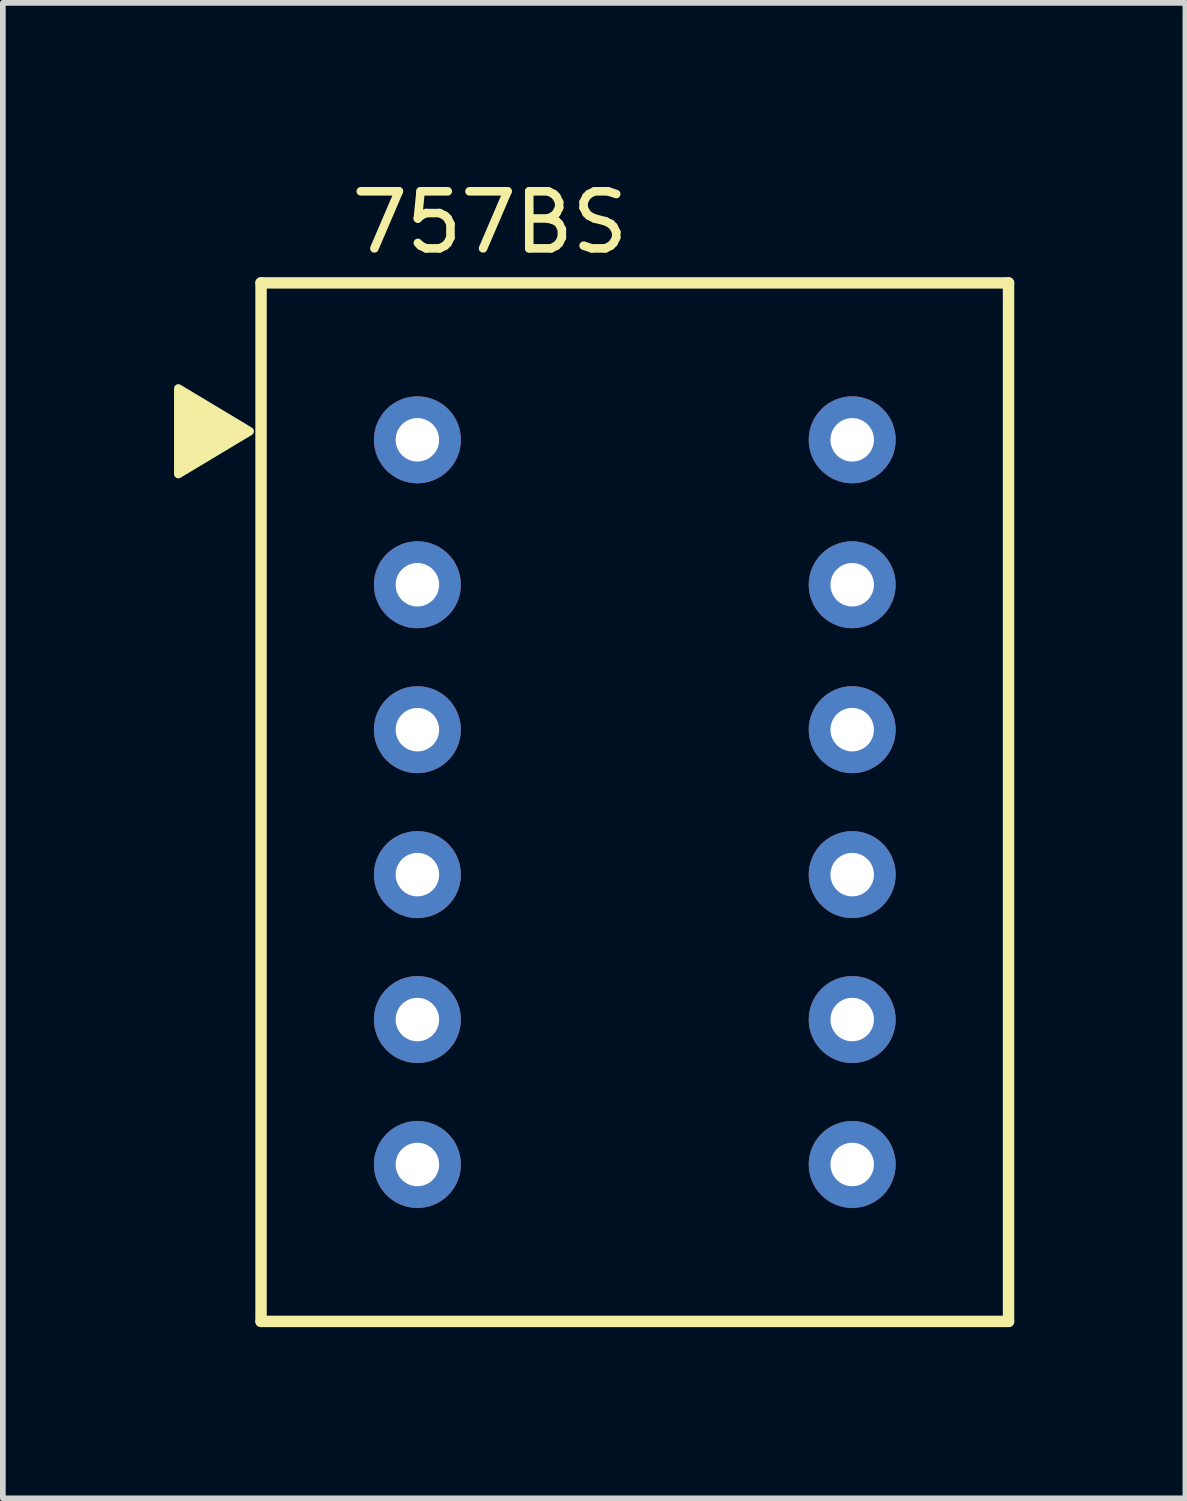
<source format=kicad_pcb>
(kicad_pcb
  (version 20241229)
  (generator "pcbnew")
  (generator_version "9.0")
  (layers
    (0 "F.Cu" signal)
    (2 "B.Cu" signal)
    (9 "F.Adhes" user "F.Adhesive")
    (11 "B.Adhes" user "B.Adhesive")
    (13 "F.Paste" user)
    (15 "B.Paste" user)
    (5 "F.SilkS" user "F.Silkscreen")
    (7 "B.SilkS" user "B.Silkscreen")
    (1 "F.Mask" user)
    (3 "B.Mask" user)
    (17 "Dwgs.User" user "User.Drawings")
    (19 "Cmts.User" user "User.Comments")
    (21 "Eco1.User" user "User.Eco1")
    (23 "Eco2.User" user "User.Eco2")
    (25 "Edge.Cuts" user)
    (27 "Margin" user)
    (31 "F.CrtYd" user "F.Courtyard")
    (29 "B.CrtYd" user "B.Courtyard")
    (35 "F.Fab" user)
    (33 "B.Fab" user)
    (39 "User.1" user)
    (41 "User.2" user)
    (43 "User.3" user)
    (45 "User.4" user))
  (footprint "757BS"
    (layer "F.Cu")
    (at 8.075 11.008)
    (property "Reference" "757BS" (at -2.54 -10.16 0) (layer "F.SilkS") (effects (font (size 1 1) (thickness 0.15))))
    (attr through_hole)
    (fp_line (start -6.55 -9.1) (end -6.55 9.1) (stroke (width 0.2) (type solid)) (layer "F.SilkS"))
    (fp_line (start -6.55 -9.1) (end 6.55 -9.1) (stroke (width 0.2) (type solid)) (layer "F.SilkS"))
    (fp_line (start 6.55 -9.1) (end 6.55 9.1) (stroke (width 0.2) (type solid)) (layer "F.SilkS"))
    (fp_line (start 6.55 9.1) (end -6.55 9.1) (stroke (width 0.2) (type solid)) (layer "F.SilkS"))
    (fp_poly (pts (xy -8 -5.75) (xy -6.75 -6.5) (xy -8 -7.25)) (stroke (width 0.15) (type solid)) (fill yes) (layer "F.SilkS"))
    (pad "1" thru_hole circle (at -3.81 -6.35) (size 1.524 1.524) (drill 0.762) (layers "*.Cu" "*.Mask"))
    (pad "2" thru_hole circle (at -3.81 -3.81) (size 1.524 1.524) (drill 0.762) (layers "*.Cu" "*.Mask"))
    (pad "3" thru_hole circle (at -3.81 -1.27) (size 1.524 1.524) (drill 0.762) (layers "*.Cu" "*.Mask"))
    (pad "4" thru_hole circle (at -3.81 1.27) (size 1.524 1.524) (drill 0.762) (layers "*.Cu" "*.Mask"))
    (pad "5" thru_hole circle (at -3.81 3.81) (size 1.524 1.524) (drill 0.762) (layers "*.Cu" "*.Mask"))
    (pad "6" thru_hole circle (at -3.81 6.35) (size 1.524 1.524) (drill 0.762) (layers "*.Cu" "*.Mask"))
    (pad "7" thru_hole circle (at 3.81 6.35) (size 1.524 1.524) (drill 0.762) (layers "*.Cu" "*.Mask"))
    (pad "8" thru_hole circle (at 3.81 3.81) (size 1.524 1.524) (drill 0.762) (layers "*.Cu" "*.Mask"))
    (pad "9" thru_hole circle (at 3.81 1.27) (size 1.524 1.524) (drill 0.762) (layers "*.Cu" "*.Mask"))
    (pad "10" thru_hole circle (at 3.81 -1.27) (size 1.524 1.524) (drill 0.762) (layers "*.Cu" "*.Mask"))
    (pad "11" thru_hole circle (at 3.81 -3.81) (size 1.524 1.524) (drill 0.762) (layers "*.Cu" "*.Mask"))
    (pad "12" thru_hole circle (at 3.81 -6.35) (size 1.524 1.524) (drill 0.762) (layers "*.Cu" "*.Mask")))
  (gr_rect
    (start -3 -3)
    (end 17.725 23.208)
    (stroke (width 0.1) (type default))
    (fill no)
    (layer "Edge.Cuts")))
</source>
